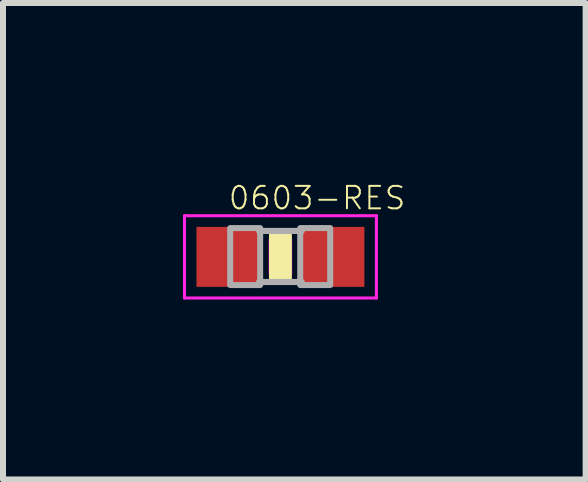
<source format=kicad_pcb>
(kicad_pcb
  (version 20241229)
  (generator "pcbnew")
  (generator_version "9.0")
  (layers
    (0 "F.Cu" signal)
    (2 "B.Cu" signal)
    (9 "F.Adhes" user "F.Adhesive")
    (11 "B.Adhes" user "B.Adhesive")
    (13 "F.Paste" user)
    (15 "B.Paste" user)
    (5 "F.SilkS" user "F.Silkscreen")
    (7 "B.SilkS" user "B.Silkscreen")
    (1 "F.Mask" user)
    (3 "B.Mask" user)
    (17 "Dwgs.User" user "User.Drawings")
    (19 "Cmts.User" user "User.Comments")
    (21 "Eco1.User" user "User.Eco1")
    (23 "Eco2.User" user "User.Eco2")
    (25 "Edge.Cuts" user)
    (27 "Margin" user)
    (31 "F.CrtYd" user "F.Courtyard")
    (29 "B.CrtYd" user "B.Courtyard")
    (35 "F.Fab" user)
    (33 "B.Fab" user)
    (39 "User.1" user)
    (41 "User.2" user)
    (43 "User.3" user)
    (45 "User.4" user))
  (footprint "0603-RES"
    (layer "F.Cu")
    (at 1.626 1.233)
    (property "Reference" "0603-RES" (at -0.889 -0.762 0) (unlocked yes) (layer "F.SilkS") (effects (font (size 0.374 0.374) (thickness 0.033)) (justify left bottom)))
    (fp_poly (pts (xy -0.191 0.381) (xy 0.191 0.381) (xy 0.191 -0.381) (xy -0.191 -0.381)) (stroke (width 0) (type default)) (fill yes) (layer "F.SilkS"))
    (fp_poly (pts (xy -0.2 0.3) (xy 0.2 0.3) (xy 0.2 -0.3) (xy -0.2 -0.3)) (stroke (width 0) (type default)) (fill yes) (layer "F.Adhes"))
    (fp_line (start -1.6 -0.686) (end 1.6 -0.686) (stroke (width 0.051) (type solid)) (layer "F.CrtYd"))
    (fp_line (start -1.6 0.686) (end -1.6 -0.686) (stroke (width 0.051) (type solid)) (layer "F.CrtYd"))
    (fp_line (start 1.6 -0.686) (end 1.6 0.686) (stroke (width 0.051) (type solid)) (layer "F.CrtYd"))
    (fp_line (start 1.6 0.686) (end -1.6 0.686) (stroke (width 0.051) (type solid)) (layer "F.CrtYd"))
    (fp_line (start -0.356 -0.432) (end 0.356 -0.432) (stroke (width 0.102) (type solid)) (layer "F.Fab"))
    (fp_line (start -0.356 0.419) (end 0.356 0.419) (stroke (width 0.102) (type solid)) (layer "F.Fab"))
    (fp_poly (pts (xy -0.838 0.47) (xy -0.338 0.47) (xy -0.338 -0.48) (xy -0.838 -0.48)) (stroke (width 0.1) (type default)) (fill no) (layer "F.Fab"))
    (fp_poly (pts (xy 0.33 0.47) (xy 0.83 0.47) (xy 0.83 -0.48) (xy 0.33 -0.48)) (stroke (width 0.1) (type default)) (fill no) (layer "F.Fab"))
    (pad "1" smd rect (at -0.85 0) (size 1.1 1) (layers "F.Cu" "F.Mask" "F.Paste"))
    (pad "2" smd rect (at 0.85 0) (size 1.1 1) (layers "F.Cu" "F.Mask" "F.Paste")))
  (gr_rect
    (start -3 -3)
    (end 6.715 4.945)
    (stroke (width 0.1) (type default))
    (fill no)
    (layer "Edge.Cuts")))
</source>
